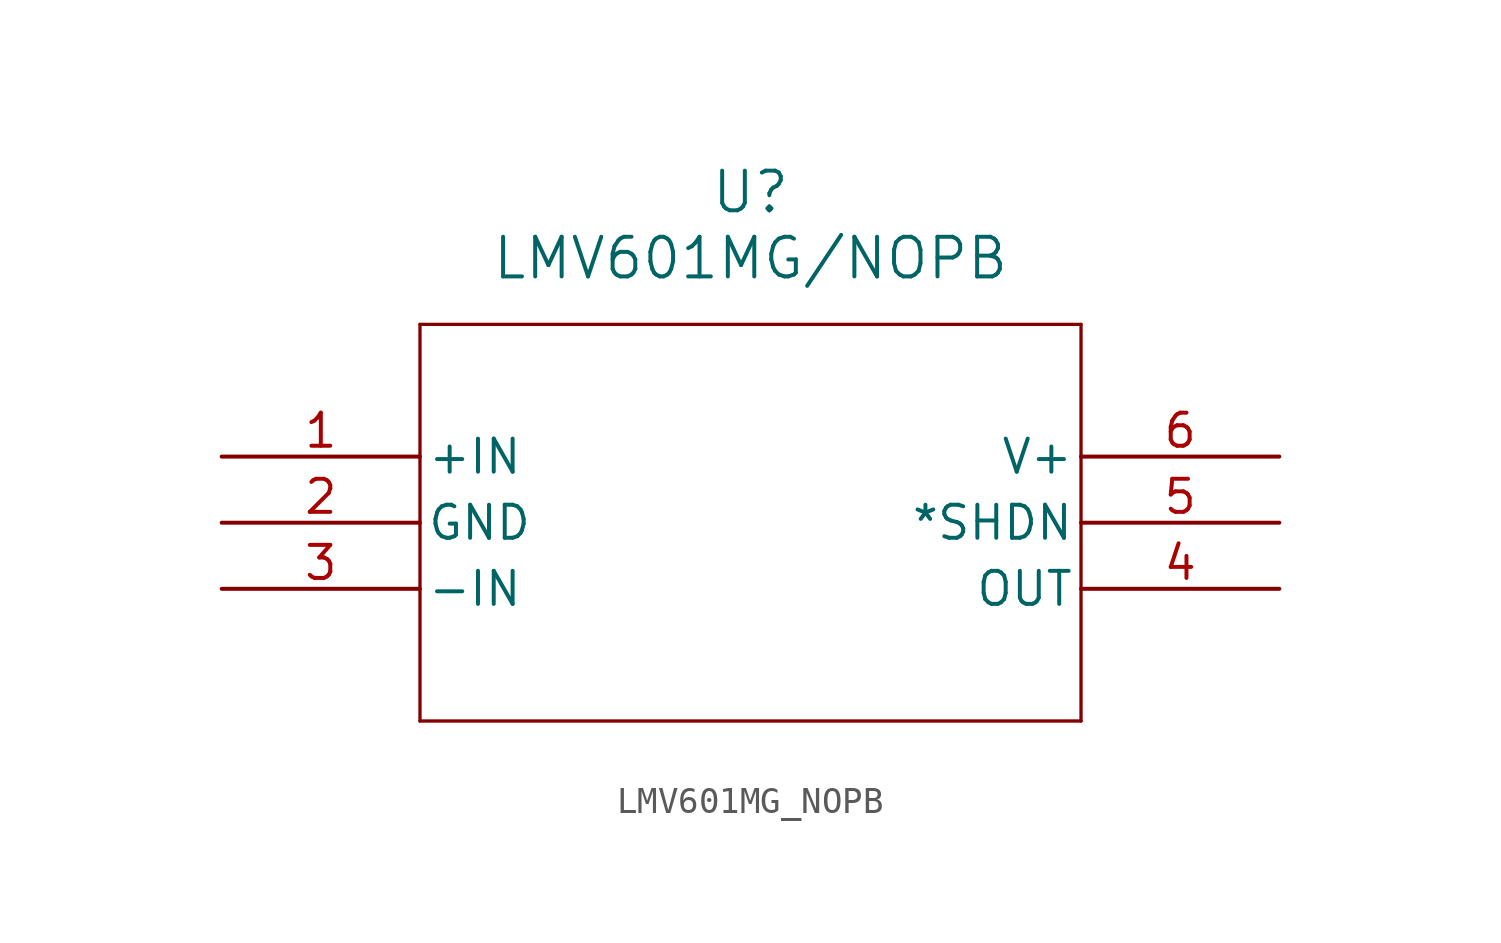
<source format=kicad_sym>
(kicad_symbol_lib
  (version 20211014)
  (generator kicad_symbol_editor)
  (symbol "LMV601MG_NOPB"
    (pin_names
      (offset 0.254))
    (property "Reference" "U"
      (at 20.32 10.16 0)
      (effects (font (size 1.524 1.524))))
    (property "Value" "LMV601MG/NOPB"
      (at 20.32 7.62 0)
      (effects (font (size 1.524 1.524))))
    (symbol "LMV601MG_NOPB_0_1"
      (polyline (pts (xy 7.62 5.08) (xy 7.62 -10.16)) (stroke (width 0.127) (type default) (color 0 0 0 0)) (fill (type none)))
      (polyline (pts (xy 7.62 -10.16) (xy 33.02 -10.16)) (stroke (width 0.127) (type default) (color 0 0 0 0)) (fill (type none)))
      (polyline (pts (xy 33.02 -10.16) (xy 33.02 5.08)) (stroke (width 0.127) (type default) (color 0 0 0 0)) (fill (type none)))
      (polyline (pts (xy 33.02 5.08) (xy 7.62 5.08)) (stroke (width 0.127) (type default) (color 0 0 0 0)) (fill (type none)))
      (pin input line (at 0 0 0) (length 7.62) (name "+IN" (effects (font (size 1.27 1.27)))) (number "1" (effects (font (size 1.27 1.27)))))
      (pin power_in line (at 0 -2.54 0) (length 7.62) (name "GND" (effects (font (size 1.27 1.27)))) (number "2" (effects (font (size 1.27 1.27)))))
      (pin input line (at 0 -5.08 0) (length 7.62) (name "-IN" (effects (font (size 1.27 1.27)))) (number "3" (effects (font (size 1.27 1.27)))))
      (pin output line (at 40.64 -5.08 180) (length 7.62) (name "OUT" (effects (font (size 1.27 1.27)))) (number "4" (effects (font (size 1.27 1.27)))))
      (pin unspecified line (at 40.64 -2.54 180) (length 7.62) (name "*SHDN" (effects (font (size 1.27 1.27)))) (number "5" (effects (font (size 1.27 1.27)))))
      (pin power_in line (at 40.64 0 180) (length 7.62) (name "V+" (effects (font (size 1.27 1.27)))) (number "6" (effects (font (size 1.27 1.27))))))))
</source>
